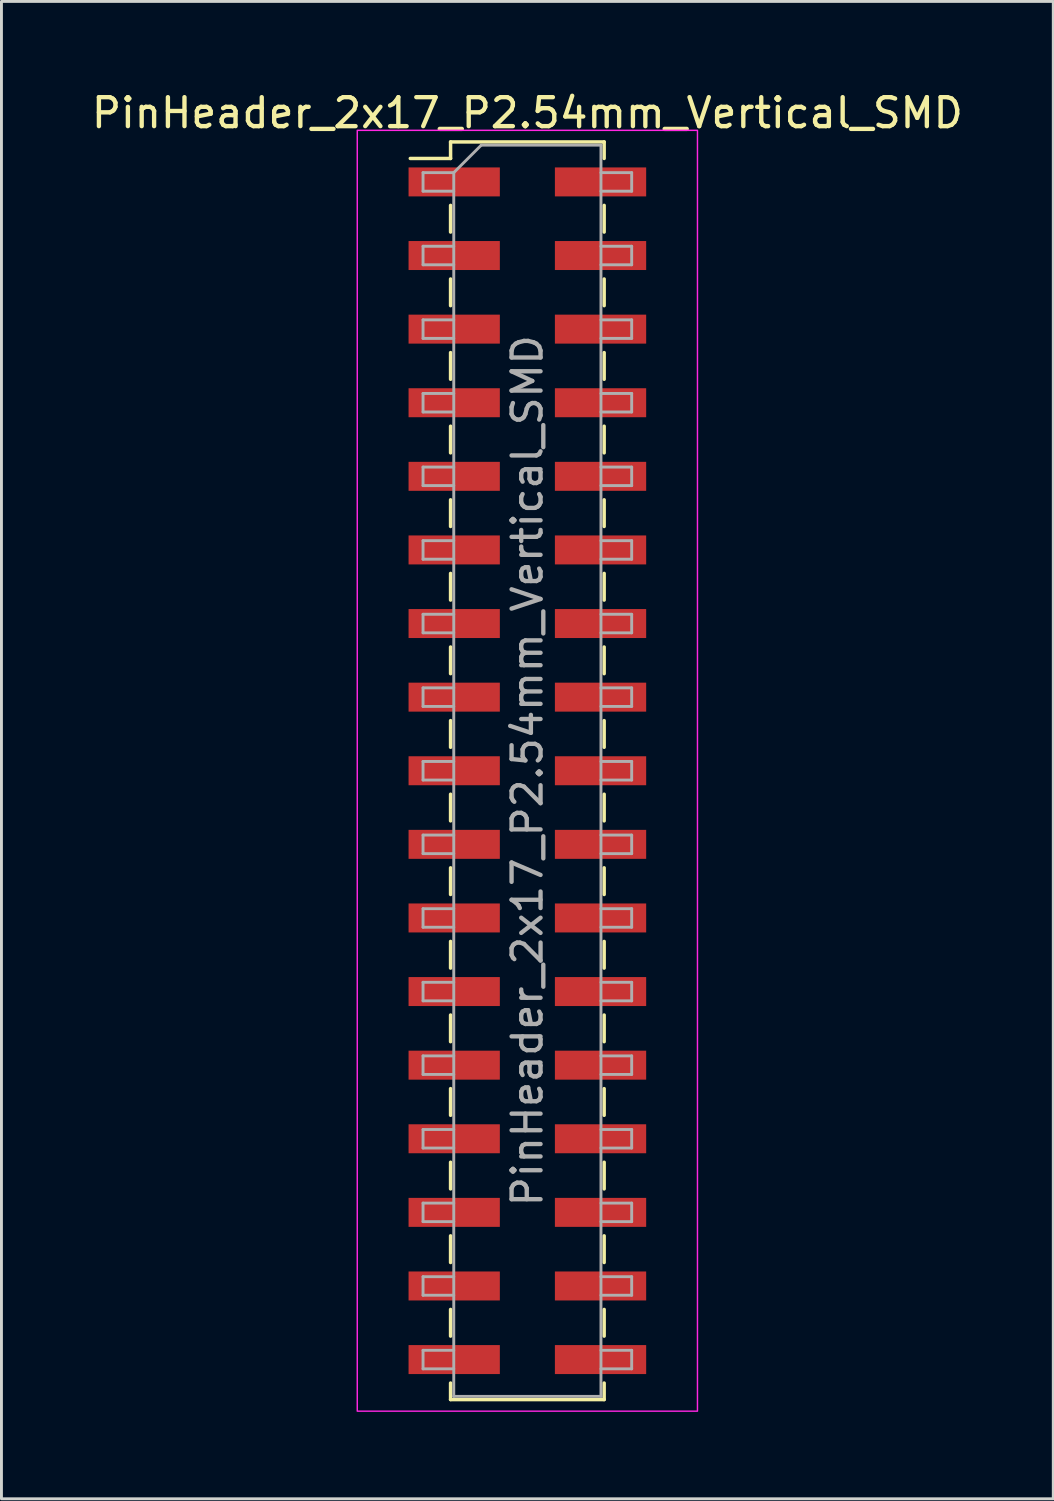
<source format=kicad_pcb>
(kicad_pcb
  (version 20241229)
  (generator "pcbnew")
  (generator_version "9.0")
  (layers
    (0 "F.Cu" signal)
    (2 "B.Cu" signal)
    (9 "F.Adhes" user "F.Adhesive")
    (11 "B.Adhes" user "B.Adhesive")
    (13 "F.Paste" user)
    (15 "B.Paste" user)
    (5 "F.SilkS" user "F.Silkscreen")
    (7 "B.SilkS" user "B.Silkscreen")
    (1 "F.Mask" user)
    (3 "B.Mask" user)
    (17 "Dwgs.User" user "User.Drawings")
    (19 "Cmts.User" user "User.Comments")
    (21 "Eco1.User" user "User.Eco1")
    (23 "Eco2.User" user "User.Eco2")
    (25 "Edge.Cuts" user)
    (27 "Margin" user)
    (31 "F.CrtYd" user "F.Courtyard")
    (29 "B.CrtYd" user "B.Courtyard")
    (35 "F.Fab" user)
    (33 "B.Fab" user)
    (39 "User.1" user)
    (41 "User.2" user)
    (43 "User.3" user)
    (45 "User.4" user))
  (footprint "PinHeader_2x17_P2.54mm_Vertical_SMD"
    (layer "F.Cu")
    (at 15.149 23.548)
    (property "Reference" "PinHeader_2x17_P2.54mm_Vertical_SMD" (at 0 -22.7 0) (layer "F.SilkS") (effects (font (size 1 1) (thickness 0.15))))
    (attr smd)
    (fp_line (start -4.04 -21.13) (end -2.65 -21.13) (stroke (width 0.12) (type solid)) (layer "F.SilkS"))
    (fp_line (start -2.65 -21.7) (end -2.65 -21.13) (stroke (width 0.12) (type solid)) (layer "F.SilkS"))
    (fp_line (start -2.65 -21.7) (end 2.65 -21.7) (stroke (width 0.12) (type solid)) (layer "F.SilkS"))
    (fp_line (start -2.65 -19.51) (end -2.65 -18.59) (stroke (width 0.12) (type solid)) (layer "F.SilkS"))
    (fp_line (start -2.65 -16.97) (end -2.65 -16.05) (stroke (width 0.12) (type solid)) (layer "F.SilkS"))
    (fp_line (start -2.65 -14.43) (end -2.65 -13.51) (stroke (width 0.12) (type solid)) (layer "F.SilkS"))
    (fp_line (start -2.65 -11.89) (end -2.65 -10.97) (stroke (width 0.12) (type solid)) (layer "F.SilkS"))
    (fp_line (start -2.65 -9.35) (end -2.65 -8.43) (stroke (width 0.12) (type solid)) (layer "F.SilkS"))
    (fp_line (start -2.65 -6.81) (end -2.65 -5.89) (stroke (width 0.12) (type solid)) (layer "F.SilkS"))
    (fp_line (start -2.65 -4.27) (end -2.65 -3.35) (stroke (width 0.12) (type solid)) (layer "F.SilkS"))
    (fp_line (start -2.65 -1.73) (end -2.65 -0.81) (stroke (width 0.12) (type solid)) (layer "F.SilkS"))
    (fp_line (start -2.65 0.81) (end -2.65 1.73) (stroke (width 0.12) (type solid)) (layer "F.SilkS"))
    (fp_line (start -2.65 3.35) (end -2.65 4.27) (stroke (width 0.12) (type solid)) (layer "F.SilkS"))
    (fp_line (start -2.65 5.89) (end -2.65 6.81) (stroke (width 0.12) (type solid)) (layer "F.SilkS"))
    (fp_line (start -2.65 8.43) (end -2.65 9.35) (stroke (width 0.12) (type solid)) (layer "F.SilkS"))
    (fp_line (start -2.65 10.97) (end -2.65 11.89) (stroke (width 0.12) (type solid)) (layer "F.SilkS"))
    (fp_line (start -2.65 13.51) (end -2.65 14.43) (stroke (width 0.12) (type solid)) (layer "F.SilkS"))
    (fp_line (start -2.65 16.05) (end -2.65 16.97) (stroke (width 0.12) (type solid)) (layer "F.SilkS"))
    (fp_line (start -2.65 18.59) (end -2.65 19.51) (stroke (width 0.12) (type solid)) (layer "F.SilkS"))
    (fp_line (start -2.65 21.13) (end -2.65 21.7) (stroke (width 0.12) (type solid)) (layer "F.SilkS"))
    (fp_line (start -2.65 21.7) (end 2.65 21.7) (stroke (width 0.12) (type solid)) (layer "F.SilkS"))
    (fp_line (start 2.65 -21.7) (end 2.65 -21.13) (stroke (width 0.12) (type solid)) (layer "F.SilkS"))
    (fp_line (start 2.65 -19.51) (end 2.65 -18.59) (stroke (width 0.12) (type solid)) (layer "F.SilkS"))
    (fp_line (start 2.65 -16.97) (end 2.65 -16.05) (stroke (width 0.12) (type solid)) (layer "F.SilkS"))
    (fp_line (start 2.65 -14.43) (end 2.65 -13.51) (stroke (width 0.12) (type solid)) (layer "F.SilkS"))
    (fp_line (start 2.65 -11.89) (end 2.65 -10.97) (stroke (width 0.12) (type solid)) (layer "F.SilkS"))
    (fp_line (start 2.65 -9.35) (end 2.65 -8.43) (stroke (width 0.12) (type solid)) (layer "F.SilkS"))
    (fp_line (start 2.65 -6.81) (end 2.65 -5.89) (stroke (width 0.12) (type solid)) (layer "F.SilkS"))
    (fp_line (start 2.65 -4.27) (end 2.65 -3.35) (stroke (width 0.12) (type solid)) (layer "F.SilkS"))
    (fp_line (start 2.65 -1.73) (end 2.65 -0.81) (stroke (width 0.12) (type solid)) (layer "F.SilkS"))
    (fp_line (start 2.65 0.81) (end 2.65 1.73) (stroke (width 0.12) (type solid)) (layer "F.SilkS"))
    (fp_line (start 2.65 3.35) (end 2.65 4.27) (stroke (width 0.12) (type solid)) (layer "F.SilkS"))
    (fp_line (start 2.65 5.89) (end 2.65 6.81) (stroke (width 0.12) (type solid)) (layer "F.SilkS"))
    (fp_line (start 2.65 8.43) (end 2.65 9.35) (stroke (width 0.12) (type solid)) (layer "F.SilkS"))
    (fp_line (start 2.65 10.97) (end 2.65 11.89) (stroke (width 0.12) (type solid)) (layer "F.SilkS"))
    (fp_line (start 2.65 13.51) (end 2.65 14.43) (stroke (width 0.12) (type solid)) (layer "F.SilkS"))
    (fp_line (start 2.65 16.05) (end 2.65 16.97) (stroke (width 0.12) (type solid)) (layer "F.SilkS"))
    (fp_line (start 2.65 18.59) (end 2.65 19.51) (stroke (width 0.12) (type solid)) (layer "F.SilkS"))
    (fp_line (start 2.65 21.13) (end 2.65 21.7) (stroke (width 0.12) (type solid)) (layer "F.SilkS"))
    (fp_rect (start -5.87 -22.1) (end 5.87 22.1) (stroke (width 0.05) (type solid)) (fill no) (layer "F.CrtYd"))
    (fp_line (start -3.6 -20.64) (end -3.6 -20) (stroke (width 0.1) (type solid)) (layer "F.Fab"))
    (fp_line (start -3.6 -20) (end -2.54 -20) (stroke (width 0.1) (type solid)) (layer "F.Fab"))
    (fp_line (start -3.6 -18.1) (end -3.6 -17.46) (stroke (width 0.1) (type solid)) (layer "F.Fab"))
    (fp_line (start -3.6 -17.46) (end -2.54 -17.46) (stroke (width 0.1) (type solid)) (layer "F.Fab"))
    (fp_line (start -3.6 -15.56) (end -3.6 -14.92) (stroke (width 0.1) (type solid)) (layer "F.Fab"))
    (fp_line (start -3.6 -14.92) (end -2.54 -14.92) (stroke (width 0.1) (type solid)) (layer "F.Fab"))
    (fp_line (start -3.6 -13.02) (end -3.6 -12.38) (stroke (width 0.1) (type solid)) (layer "F.Fab"))
    (fp_line (start -3.6 -12.38) (end -2.54 -12.38) (stroke (width 0.1) (type solid)) (layer "F.Fab"))
    (fp_line (start -3.6 -10.48) (end -3.6 -9.84) (stroke (width 0.1) (type solid)) (layer "F.Fab"))
    (fp_line (start -3.6 -9.84) (end -2.54 -9.84) (stroke (width 0.1) (type solid)) (layer "F.Fab"))
    (fp_line (start -3.6 -7.94) (end -3.6 -7.3) (stroke (width 0.1) (type solid)) (layer "F.Fab"))
    (fp_line (start -3.6 -7.3) (end -2.54 -7.3) (stroke (width 0.1) (type solid)) (layer "F.Fab"))
    (fp_line (start -3.6 -5.4) (end -3.6 -4.76) (stroke (width 0.1) (type solid)) (layer "F.Fab"))
    (fp_line (start -3.6 -4.76) (end -2.54 -4.76) (stroke (width 0.1) (type solid)) (layer "F.Fab"))
    (fp_line (start -3.6 -2.86) (end -3.6 -2.22) (stroke (width 0.1) (type solid)) (layer "F.Fab"))
    (fp_line (start -3.6 -2.22) (end -2.54 -2.22) (stroke (width 0.1) (type solid)) (layer "F.Fab"))
    (fp_line (start -3.6 -0.32) (end -3.6 0.32) (stroke (width 0.1) (type solid)) (layer "F.Fab"))
    (fp_line (start -3.6 0.32) (end -2.54 0.32) (stroke (width 0.1) (type solid)) (layer "F.Fab"))
    (fp_line (start -3.6 2.22) (end -3.6 2.86) (stroke (width 0.1) (type solid)) (layer "F.Fab"))
    (fp_line (start -3.6 2.86) (end -2.54 2.86) (stroke (width 0.1) (type solid)) (layer "F.Fab"))
    (fp_line (start -3.6 4.76) (end -3.6 5.4) (stroke (width 0.1) (type solid)) (layer "F.Fab"))
    (fp_line (start -3.6 5.4) (end -2.54 5.4) (stroke (width 0.1) (type solid)) (layer "F.Fab"))
    (fp_line (start -3.6 7.3) (end -3.6 7.94) (stroke (width 0.1) (type solid)) (layer "F.Fab"))
    (fp_line (start -3.6 7.94) (end -2.54 7.94) (stroke (width 0.1) (type solid)) (layer "F.Fab"))
    (fp_line (start -3.6 9.84) (end -3.6 10.48) (stroke (width 0.1) (type solid)) (layer "F.Fab"))
    (fp_line (start -3.6 10.48) (end -2.54 10.48) (stroke (width 0.1) (type solid)) (layer "F.Fab"))
    (fp_line (start -3.6 12.38) (end -3.6 13.02) (stroke (width 0.1) (type solid)) (layer "F.Fab"))
    (fp_line (start -3.6 13.02) (end -2.54 13.02) (stroke (width 0.1) (type solid)) (layer "F.Fab"))
    (fp_line (start -3.6 14.92) (end -3.6 15.56) (stroke (width 0.1) (type solid)) (layer "F.Fab"))
    (fp_line (start -3.6 15.56) (end -2.54 15.56) (stroke (width 0.1) (type solid)) (layer "F.Fab"))
    (fp_line (start -3.6 17.46) (end -3.6 18.1) (stroke (width 0.1) (type solid)) (layer "F.Fab"))
    (fp_line (start -3.6 18.1) (end -2.54 18.1) (stroke (width 0.1) (type solid)) (layer "F.Fab"))
    (fp_line (start -3.6 20) (end -3.6 20.64) (stroke (width 0.1) (type solid)) (layer "F.Fab"))
    (fp_line (start -3.6 20.64) (end -2.54 20.64) (stroke (width 0.1) (type solid)) (layer "F.Fab"))
    (fp_line (start -2.54 -20.64) (end -3.6 -20.64) (stroke (width 0.1) (type solid)) (layer "F.Fab"))
    (fp_line (start -2.54 -20.64) (end -1.59 -21.59) (stroke (width 0.1) (type solid)) (layer "F.Fab"))
    (fp_line (start -2.54 -18.1) (end -3.6 -18.1) (stroke (width 0.1) (type solid)) (layer "F.Fab"))
    (fp_line (start -2.54 -15.56) (end -3.6 -15.56) (stroke (width 0.1) (type solid)) (layer "F.Fab"))
    (fp_line (start -2.54 -13.02) (end -3.6 -13.02) (stroke (width 0.1) (type solid)) (layer "F.Fab"))
    (fp_line (start -2.54 -10.48) (end -3.6 -10.48) (stroke (width 0.1) (type solid)) (layer "F.Fab"))
    (fp_line (start -2.54 -7.94) (end -3.6 -7.94) (stroke (width 0.1) (type solid)) (layer "F.Fab"))
    (fp_line (start -2.54 -5.4) (end -3.6 -5.4) (stroke (width 0.1) (type solid)) (layer "F.Fab"))
    (fp_line (start -2.54 -2.86) (end -3.6 -2.86) (stroke (width 0.1) (type solid)) (layer "F.Fab"))
    (fp_line (start -2.54 -0.32) (end -3.6 -0.32) (stroke (width 0.1) (type solid)) (layer "F.Fab"))
    (fp_line (start -2.54 2.22) (end -3.6 2.22) (stroke (width 0.1) (type solid)) (layer "F.Fab"))
    (fp_line (start -2.54 4.76) (end -3.6 4.76) (stroke (width 0.1) (type solid)) (layer "F.Fab"))
    (fp_line (start -2.54 7.3) (end -3.6 7.3) (stroke (width 0.1) (type solid)) (layer "F.Fab"))
    (fp_line (start -2.54 9.84) (end -3.6 9.84) (stroke (width 0.1) (type solid)) (layer "F.Fab"))
    (fp_line (start -2.54 12.38) (end -3.6 12.38) (stroke (width 0.1) (type solid)) (layer "F.Fab"))
    (fp_line (start -2.54 14.92) (end -3.6 14.92) (stroke (width 0.1) (type solid)) (layer "F.Fab"))
    (fp_line (start -2.54 17.46) (end -3.6 17.46) (stroke (width 0.1) (type solid)) (layer "F.Fab"))
    (fp_line (start -2.54 20) (end -3.6 20) (stroke (width 0.1) (type solid)) (layer "F.Fab"))
    (fp_line (start -2.54 21.59) (end -2.54 -20.64) (stroke (width 0.1) (type solid)) (layer "F.Fab"))
    (fp_line (start -1.59 -21.59) (end 2.54 -21.59) (stroke (width 0.1) (type solid)) (layer "F.Fab"))
    (fp_line (start 2.54 -21.59) (end 2.54 21.59) (stroke (width 0.1) (type solid)) (layer "F.Fab"))
    (fp_line (start 2.54 -20.64) (end 3.6 -20.64) (stroke (width 0.1) (type solid)) (layer "F.Fab"))
    (fp_line (start 2.54 -18.1) (end 3.6 -18.1) (stroke (width 0.1) (type solid)) (layer "F.Fab"))
    (fp_line (start 2.54 -15.56) (end 3.6 -15.56) (stroke (width 0.1) (type solid)) (layer "F.Fab"))
    (fp_line (start 2.54 -13.02) (end 3.6 -13.02) (stroke (width 0.1) (type solid)) (layer "F.Fab"))
    (fp_line (start 2.54 -10.48) (end 3.6 -10.48) (stroke (width 0.1) (type solid)) (layer "F.Fab"))
    (fp_line (start 2.54 -7.94) (end 3.6 -7.94) (stroke (width 0.1) (type solid)) (layer "F.Fab"))
    (fp_line (start 2.54 -5.4) (end 3.6 -5.4) (stroke (width 0.1) (type solid)) (layer "F.Fab"))
    (fp_line (start 2.54 -2.86) (end 3.6 -2.86) (stroke (width 0.1) (type solid)) (layer "F.Fab"))
    (fp_line (start 2.54 -0.32) (end 3.6 -0.32) (stroke (width 0.1) (type solid)) (layer "F.Fab"))
    (fp_line (start 2.54 2.22) (end 3.6 2.22) (stroke (width 0.1) (type solid)) (layer "F.Fab"))
    (fp_line (start 2.54 4.76) (end 3.6 4.76) (stroke (width 0.1) (type solid)) (layer "F.Fab"))
    (fp_line (start 2.54 7.3) (end 3.6 7.3) (stroke (width 0.1) (type solid)) (layer "F.Fab"))
    (fp_line (start 2.54 9.84) (end 3.6 9.84) (stroke (width 0.1) (type solid)) (layer "F.Fab"))
    (fp_line (start 2.54 12.38) (end 3.6 12.38) (stroke (width 0.1) (type solid)) (layer "F.Fab"))
    (fp_line (start 2.54 14.92) (end 3.6 14.92) (stroke (width 0.1) (type solid)) (layer "F.Fab"))
    (fp_line (start 2.54 17.46) (end 3.6 17.46) (stroke (width 0.1) (type solid)) (layer "F.Fab"))
    (fp_line (start 2.54 20) (end 3.6 20) (stroke (width 0.1) (type solid)) (layer "F.Fab"))
    (fp_line (start 2.54 21.59) (end -2.54 21.59) (stroke (width 0.1) (type solid)) (layer "F.Fab"))
    (fp_line (start 3.6 -20.64) (end 3.6 -20) (stroke (width 0.1) (type solid)) (layer "F.Fab"))
    (fp_line (start 3.6 -20) (end 2.54 -20) (stroke (width 0.1) (type solid)) (layer "F.Fab"))
    (fp_line (start 3.6 -18.1) (end 3.6 -17.46) (stroke (width 0.1) (type solid)) (layer "F.Fab"))
    (fp_line (start 3.6 -17.46) (end 2.54 -17.46) (stroke (width 0.1) (type solid)) (layer "F.Fab"))
    (fp_line (start 3.6 -15.56) (end 3.6 -14.92) (stroke (width 0.1) (type solid)) (layer "F.Fab"))
    (fp_line (start 3.6 -14.92) (end 2.54 -14.92) (stroke (width 0.1) (type solid)) (layer "F.Fab"))
    (fp_line (start 3.6 -13.02) (end 3.6 -12.38) (stroke (width 0.1) (type solid)) (layer "F.Fab"))
    (fp_line (start 3.6 -12.38) (end 2.54 -12.38) (stroke (width 0.1) (type solid)) (layer "F.Fab"))
    (fp_line (start 3.6 -10.48) (end 3.6 -9.84) (stroke (width 0.1) (type solid)) (layer "F.Fab"))
    (fp_line (start 3.6 -9.84) (end 2.54 -9.84) (stroke (width 0.1) (type solid)) (layer "F.Fab"))
    (fp_line (start 3.6 -7.94) (end 3.6 -7.3) (stroke (width 0.1) (type solid)) (layer "F.Fab"))
    (fp_line (start 3.6 -7.3) (end 2.54 -7.3) (stroke (width 0.1) (type solid)) (layer "F.Fab"))
    (fp_line (start 3.6 -5.4) (end 3.6 -4.76) (stroke (width 0.1) (type solid)) (layer "F.Fab"))
    (fp_line (start 3.6 -4.76) (end 2.54 -4.76) (stroke (width 0.1) (type solid)) (layer "F.Fab"))
    (fp_line (start 3.6 -2.86) (end 3.6 -2.22) (stroke (width 0.1) (type solid)) (layer "F.Fab"))
    (fp_line (start 3.6 -2.22) (end 2.54 -2.22) (stroke (width 0.1) (type solid)) (layer "F.Fab"))
    (fp_line (start 3.6 -0.32) (end 3.6 0.32) (stroke (width 0.1) (type solid)) (layer "F.Fab"))
    (fp_line (start 3.6 0.32) (end 2.54 0.32) (stroke (width 0.1) (type solid)) (layer "F.Fab"))
    (fp_line (start 3.6 2.22) (end 3.6 2.86) (stroke (width 0.1) (type solid)) (layer "F.Fab"))
    (fp_line (start 3.6 2.86) (end 2.54 2.86) (stroke (width 0.1) (type solid)) (layer "F.Fab"))
    (fp_line (start 3.6 4.76) (end 3.6 5.4) (stroke (width 0.1) (type solid)) (layer "F.Fab"))
    (fp_line (start 3.6 5.4) (end 2.54 5.4) (stroke (width 0.1) (type solid)) (layer "F.Fab"))
    (fp_line (start 3.6 7.3) (end 3.6 7.94) (stroke (width 0.1) (type solid)) (layer "F.Fab"))
    (fp_line (start 3.6 7.94) (end 2.54 7.94) (stroke (width 0.1) (type solid)) (layer "F.Fab"))
    (fp_line (start 3.6 9.84) (end 3.6 10.48) (stroke (width 0.1) (type solid)) (layer "F.Fab"))
    (fp_line (start 3.6 10.48) (end 2.54 10.48) (stroke (width 0.1) (type solid)) (layer "F.Fab"))
    (fp_line (start 3.6 12.38) (end 3.6 13.02) (stroke (width 0.1) (type solid)) (layer "F.Fab"))
    (fp_line (start 3.6 13.02) (end 2.54 13.02) (stroke (width 0.1) (type solid)) (layer "F.Fab"))
    (fp_line (start 3.6 14.92) (end 3.6 15.56) (stroke (width 0.1) (type solid)) (layer "F.Fab"))
    (fp_line (start 3.6 15.56) (end 2.54 15.56) (stroke (width 0.1) (type solid)) (layer "F.Fab"))
    (fp_line (start 3.6 17.46) (end 3.6 18.1) (stroke (width 0.1) (type solid)) (layer "F.Fab"))
    (fp_line (start 3.6 18.1) (end 2.54 18.1) (stroke (width 0.1) (type solid)) (layer "F.Fab"))
    (fp_line (start 3.6 20) (end 3.6 20.64) (stroke (width 0.1) (type solid)) (layer "F.Fab"))
    (fp_line (start 3.6 20.64) (end 2.54 20.64) (stroke (width 0.1) (type solid)) (layer "F.Fab"))
    (fp_text user "${REFERENCE}" (at 0 0 90) (layer "F.Fab") (effects (font (size 1 1) (thickness 0.15))))
    (pad "1" smd rect (at -2.525 -20.32) (size 3.15 1) (layers "F.Cu" "F.Mask" "F.Paste"))
    (pad "2" smd rect (at 2.525 -20.32) (size 3.15 1) (layers "F.Cu" "F.Mask" "F.Paste"))
    (pad "3" smd rect (at -2.525 -17.78) (size 3.15 1) (layers "F.Cu" "F.Mask" "F.Paste"))
    (pad "4" smd rect (at 2.525 -17.78) (size 3.15 1) (layers "F.Cu" "F.Mask" "F.Paste"))
    (pad "5" smd rect (at -2.525 -15.24) (size 3.15 1) (layers "F.Cu" "F.Mask" "F.Paste"))
    (pad "6" smd rect (at 2.525 -15.24) (size 3.15 1) (layers "F.Cu" "F.Mask" "F.Paste"))
    (pad "7" smd rect (at -2.525 -12.7) (size 3.15 1) (layers "F.Cu" "F.Mask" "F.Paste"))
    (pad "8" smd rect (at 2.525 -12.7) (size 3.15 1) (layers "F.Cu" "F.Mask" "F.Paste"))
    (pad "9" smd rect (at -2.525 -10.16) (size 3.15 1) (layers "F.Cu" "F.Mask" "F.Paste"))
    (pad "10" smd rect (at 2.525 -10.16) (size 3.15 1) (layers "F.Cu" "F.Mask" "F.Paste"))
    (pad "11" smd rect (at -2.525 -7.62) (size 3.15 1) (layers "F.Cu" "F.Mask" "F.Paste"))
    (pad "12" smd rect (at 2.525 -7.62) (size 3.15 1) (layers "F.Cu" "F.Mask" "F.Paste"))
    (pad "13" smd rect (at -2.525 -5.08) (size 3.15 1) (layers "F.Cu" "F.Mask" "F.Paste"))
    (pad "14" smd rect (at 2.525 -5.08) (size 3.15 1) (layers "F.Cu" "F.Mask" "F.Paste"))
    (pad "15" smd rect (at -2.525 -2.54) (size 3.15 1) (layers "F.Cu" "F.Mask" "F.Paste"))
    (pad "16" smd rect (at 2.525 -2.54) (size 3.15 1) (layers "F.Cu" "F.Mask" "F.Paste"))
    (pad "17" smd rect (at -2.525 0) (size 3.15 1) (layers "F.Cu" "F.Mask" "F.Paste"))
    (pad "18" smd rect (at 2.525 0) (size 3.15 1) (layers "F.Cu" "F.Mask" "F.Paste"))
    (pad "19" smd rect (at -2.525 2.54) (size 3.15 1) (layers "F.Cu" "F.Mask" "F.Paste"))
    (pad "20" smd rect (at 2.525 2.54) (size 3.15 1) (layers "F.Cu" "F.Mask" "F.Paste"))
    (pad "21" smd rect (at -2.525 5.08) (size 3.15 1) (layers "F.Cu" "F.Mask" "F.Paste"))
    (pad "22" smd rect (at 2.525 5.08) (size 3.15 1) (layers "F.Cu" "F.Mask" "F.Paste"))
    (pad "23" smd rect (at -2.525 7.62) (size 3.15 1) (layers "F.Cu" "F.Mask" "F.Paste"))
    (pad "24" smd rect (at 2.525 7.62) (size 3.15 1) (layers "F.Cu" "F.Mask" "F.Paste"))
    (pad "25" smd rect (at -2.525 10.16) (size 3.15 1) (layers "F.Cu" "F.Mask" "F.Paste"))
    (pad "26" smd rect (at 2.525 10.16) (size 3.15 1) (layers "F.Cu" "F.Mask" "F.Paste"))
    (pad "27" smd rect (at -2.525 12.7) (size 3.15 1) (layers "F.Cu" "F.Mask" "F.Paste"))
    (pad "28" smd rect (at 2.525 12.7) (size 3.15 1) (layers "F.Cu" "F.Mask" "F.Paste"))
    (pad "29" smd rect (at -2.525 15.24) (size 3.15 1) (layers "F.Cu" "F.Mask" "F.Paste"))
    (pad "30" smd rect (at 2.525 15.24) (size 3.15 1) (layers "F.Cu" "F.Mask" "F.Paste"))
    (pad "31" smd rect (at -2.525 17.78) (size 3.15 1) (layers "F.Cu" "F.Mask" "F.Paste"))
    (pad "32" smd rect (at 2.525 17.78) (size 3.15 1) (layers "F.Cu" "F.Mask" "F.Paste"))
    (pad "33" smd rect (at -2.525 20.32) (size 3.15 1) (layers "F.Cu" "F.Mask" "F.Paste"))
    (pad "34" smd rect (at 2.525 20.32) (size 3.15 1) (layers "F.Cu" "F.Mask" "F.Paste")))
  (gr_rect
    (start -3 -3)
    (end 33.298 48.673)
    (stroke (width 0.1) (type default))
    (fill no)
    (layer "Edge.Cuts")))
</source>
